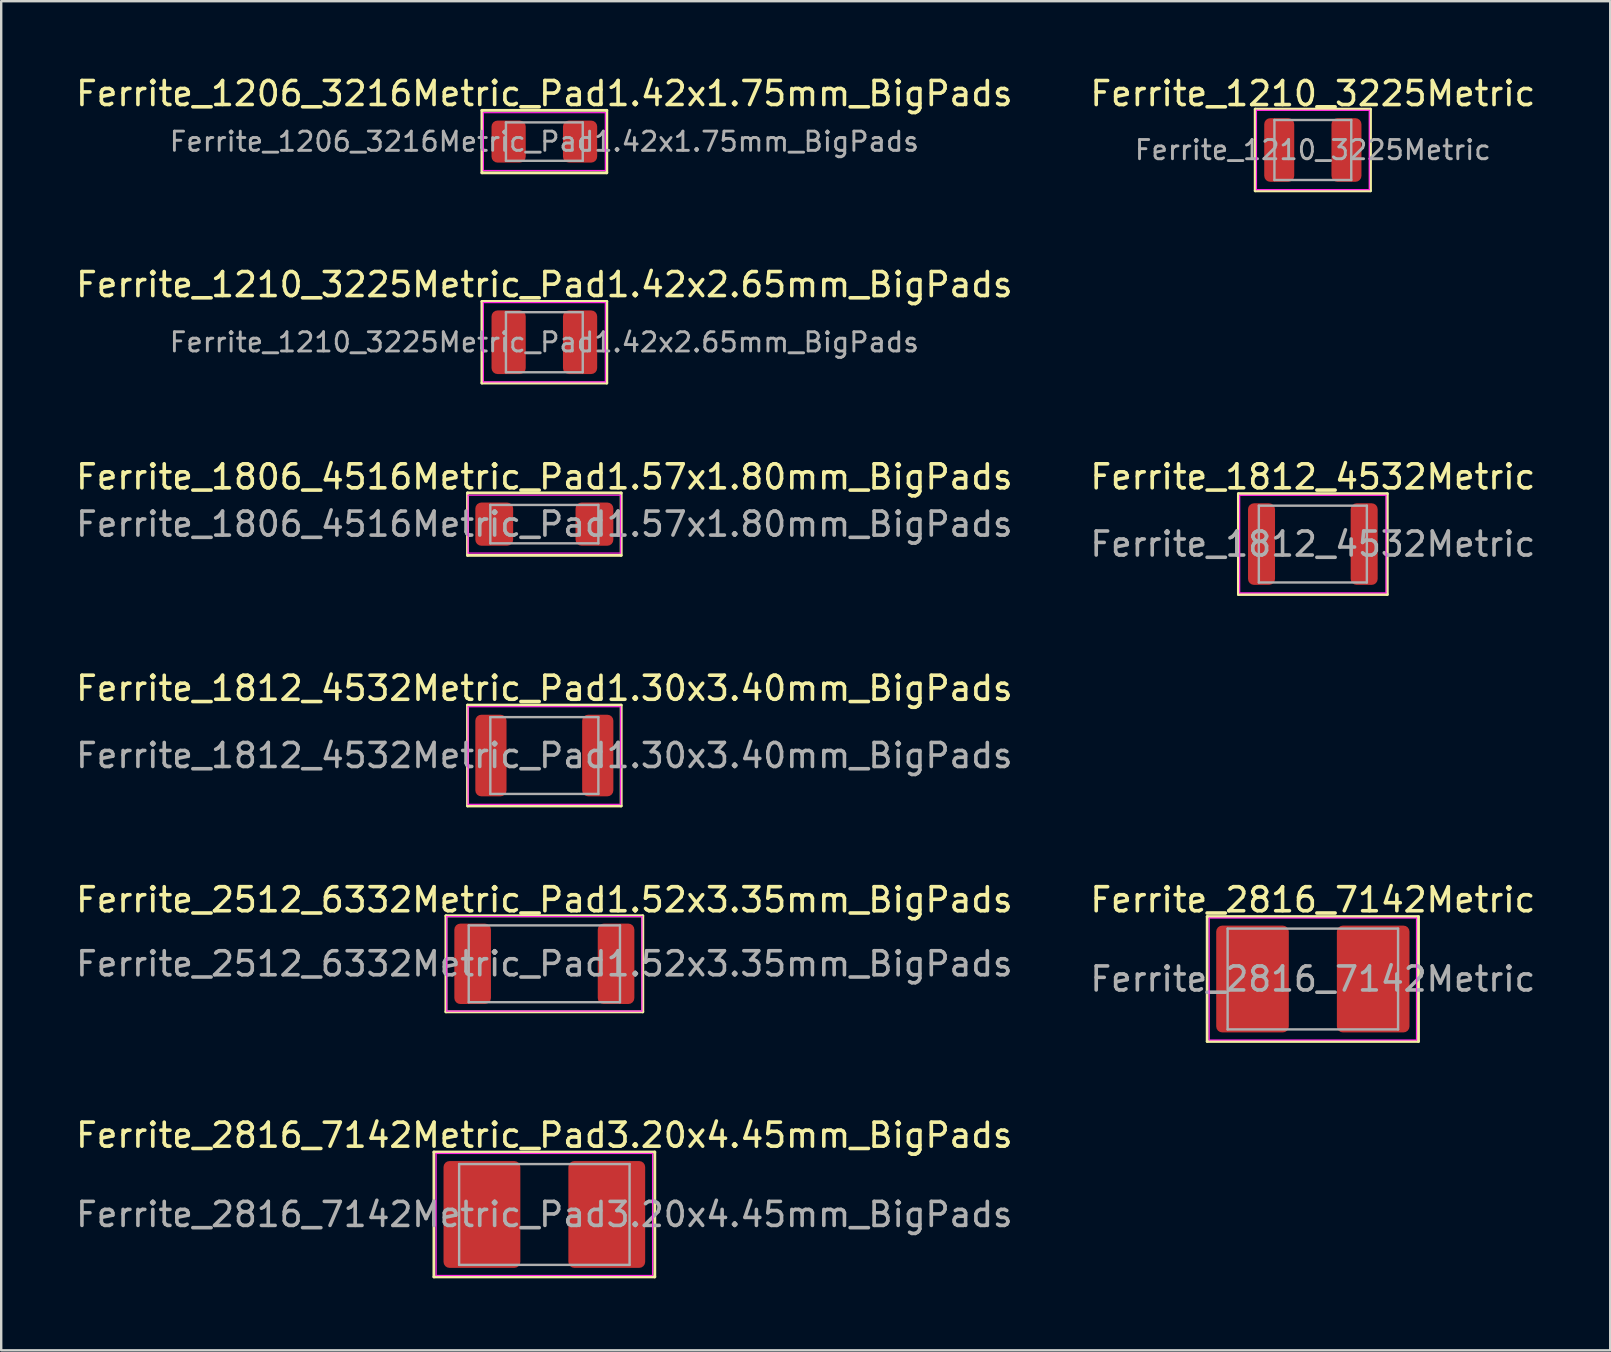
<source format=kicad_pcb>
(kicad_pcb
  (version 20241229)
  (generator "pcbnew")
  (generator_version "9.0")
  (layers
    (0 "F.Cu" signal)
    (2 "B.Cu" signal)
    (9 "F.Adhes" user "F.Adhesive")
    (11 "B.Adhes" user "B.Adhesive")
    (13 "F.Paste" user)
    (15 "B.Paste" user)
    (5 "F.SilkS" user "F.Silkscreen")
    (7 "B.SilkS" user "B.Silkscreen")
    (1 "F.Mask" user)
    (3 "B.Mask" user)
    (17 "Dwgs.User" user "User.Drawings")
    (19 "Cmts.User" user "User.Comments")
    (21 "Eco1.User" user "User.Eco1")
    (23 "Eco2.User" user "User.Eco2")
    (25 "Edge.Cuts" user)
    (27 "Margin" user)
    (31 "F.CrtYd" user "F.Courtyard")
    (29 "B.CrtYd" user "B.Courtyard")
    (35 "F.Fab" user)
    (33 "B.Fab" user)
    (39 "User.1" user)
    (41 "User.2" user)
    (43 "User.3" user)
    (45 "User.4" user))
  (footprint "Ferrite_1210_3225Metric"
    (layer "F.Cu")
    (at 51.637 3.198)
    (property "Reference" "Ferrite_1210_3225Metric" (at 0 -2.349 0) (layer "F.SilkS") (effects (font (size 1 1) (thickness 0.15))))
    (attr smd)
    (fp_line (start -2.4 -1.7) (end -2.4 1.7) (stroke (width 0.12) (type solid)) (layer "F.SilkS"))
    (fp_line (start -2.4 1.7) (end 2.4 1.7) (stroke (width 0.12) (type solid)) (layer "F.SilkS"))
    (fp_line (start 2.4 -1.7) (end -2.4 -1.7) (stroke (width 0.12) (type solid)) (layer "F.SilkS"))
    (fp_line (start 2.4 1.7) (end 2.4 -1.7) (stroke (width 0.12) (type solid)) (layer "F.SilkS"))
    (fp_line (start -2.349 -1.651) (end 2.349 -1.651) (stroke (width 0.05) (type solid)) (layer "F.CrtYd"))
    (fp_line (start -2.349 1.651) (end -2.349 -1.651) (stroke (width 0.05) (type solid)) (layer "F.CrtYd"))
    (fp_line (start 2.349 -1.651) (end 2.349 1.651) (stroke (width 0.05) (type solid)) (layer "F.CrtYd"))
    (fp_line (start 2.349 1.651) (end -2.349 1.651) (stroke (width 0.05) (type solid)) (layer "F.CrtYd"))
    (fp_line (start -1.6 -1.25) (end 1.6 -1.25) (stroke (width 0.1) (type solid)) (layer "F.Fab"))
    (fp_line (start -1.6 1.25) (end -1.6 -1.25) (stroke (width 0.1) (type solid)) (layer "F.Fab"))
    (fp_line (start 1.6 -1.25) (end 1.6 1.25) (stroke (width 0.1) (type solid)) (layer "F.Fab"))
    (fp_line (start 1.6 1.25) (end -1.6 1.25) (stroke (width 0.1) (type solid)) (layer "F.Fab"))
    (fp_text user "${REFERENCE}" (at 0 0 0) (layer "F.Fab") (effects (font (size 0.8 0.8) (thickness 0.12))))
    (pad "1" smd roundrect (at -1.4 0) (size 1.25 2.65) (layers "F.Cu" "F.Mask" "F.Paste") (roundrect_rratio 0.2))
    (pad "2" smd roundrect (at 1.4 0) (size 1.25 2.65) (layers "F.Cu" "F.Mask" "F.Paste") (roundrect_rratio 0.2)))
  (footprint "Ferrite_2816_7142Metric_Pad3.20x4.45mm_BigPads"
    (layer "F.Cu")
    (at 19.625 47.539)
    (property "Reference" "Ferrite_2816_7142Metric_Pad3.20x4.45mm_BigPads" (at 0 -3.3 0) (layer "F.SilkS") (effects (font (size 1 1) (thickness 0.15))))
    (attr smd)
    (fp_line (start -4.6 -2.6) (end -4.6 2.6) (stroke (width 0.12) (type solid)) (layer "F.SilkS"))
    (fp_line (start -4.6 2.6) (end 4.6 2.6) (stroke (width 0.12) (type solid)) (layer "F.SilkS"))
    (fp_line (start 4.6 -2.6) (end -4.6 -2.6) (stroke (width 0.12) (type solid)) (layer "F.SilkS"))
    (fp_line (start 4.6 2.6) (end 4.6 -2.6) (stroke (width 0.12) (type solid)) (layer "F.SilkS"))
    (fp_line (start -4.508 -2.54) (end 4.508 -2.54) (stroke (width 0.05) (type solid)) (layer "F.CrtYd"))
    (fp_line (start -4.508 2.54) (end -4.508 -2.54) (stroke (width 0.05) (type solid)) (layer "F.CrtYd"))
    (fp_line (start 4.508 -2.54) (end 4.508 2.54) (stroke (width 0.05) (type solid)) (layer "F.CrtYd"))
    (fp_line (start 4.508 2.54) (end -4.508 2.54) (stroke (width 0.05) (type solid)) (layer "F.CrtYd"))
    (fp_line (start -3.55 -2.1) (end 3.55 -2.1) (stroke (width 0.1) (type solid)) (layer "F.Fab"))
    (fp_line (start -3.55 2.1) (end -3.55 -2.1) (stroke (width 0.1) (type solid)) (layer "F.Fab"))
    (fp_line (start 3.55 -2.1) (end 3.55 2.1) (stroke (width 0.1) (type solid)) (layer "F.Fab"))
    (fp_line (start 3.55 2.1) (end -3.55 2.1) (stroke (width 0.1) (type solid)) (layer "F.Fab"))
    (fp_text user "${REFERENCE}" (at 0 0 0) (layer "F.Fab") (effects (font (size 1 1) (thickness 0.15))))
    (pad "1" smd roundrect (at -2.6 0) (size 3.2 4.45) (layers "F.Cu" "F.Mask" "F.Paste") (roundrect_rratio 0.078))
    (pad "2" smd roundrect (at 2.6 0) (size 3.2 4.45) (layers "F.Cu" "F.Mask" "F.Paste") (roundrect_rratio 0.078)))
  (footprint "Ferrite_1812_4532Metric_Pad1.30x3.40mm_BigPads"
    (layer "F.Cu")
    (at 19.625 28.422)
    (property "Reference" "Ferrite_1812_4532Metric_Pad1.30x3.40mm_BigPads" (at 0 -2.8 0) (layer "F.SilkS") (effects (font (size 1 1) (thickness 0.15))))
    (attr smd)
    (fp_line (start -3.2 -2.1) (end -3.2 2.1) (stroke (width 0.12) (type solid)) (layer "F.SilkS"))
    (fp_line (start -3.2 2.1) (end 3.2 2.1) (stroke (width 0.12) (type solid)) (layer "F.SilkS"))
    (fp_line (start 3.2 -2.1) (end -3.2 -2.1) (stroke (width 0.12) (type solid)) (layer "F.SilkS"))
    (fp_line (start 3.2 2.1) (end 3.2 -2.1) (stroke (width 0.12) (type solid)) (layer "F.SilkS"))
    (fp_line (start -3.175 -2.032) (end 3.175 -2.032) (stroke (width 0.05) (type solid)) (layer "F.CrtYd"))
    (fp_line (start -3.175 2.032) (end -3.175 -2.032) (stroke (width 0.05) (type solid)) (layer "F.CrtYd"))
    (fp_line (start 3.175 -2.032) (end 3.175 2.032) (stroke (width 0.05) (type solid)) (layer "F.CrtYd"))
    (fp_line (start 3.175 2.032) (end -3.175 2.032) (stroke (width 0.05) (type solid)) (layer "F.CrtYd"))
    (fp_line (start -2.25 -1.6) (end 2.25 -1.6) (stroke (width 0.1) (type solid)) (layer "F.Fab"))
    (fp_line (start -2.25 1.6) (end -2.25 -1.6) (stroke (width 0.1) (type solid)) (layer "F.Fab"))
    (fp_line (start 2.25 -1.6) (end 2.25 1.6) (stroke (width 0.1) (type solid)) (layer "F.Fab"))
    (fp_line (start 2.25 1.6) (end -2.25 1.6) (stroke (width 0.1) (type solid)) (layer "F.Fab"))
    (fp_text user "${REFERENCE}" (at 0 0 0) (layer "F.Fab") (effects (font (size 1 1) (thickness 0.15))))
    (pad "1" smd roundrect (at -2.225 0) (size 1.3 3.4) (layers "F.Cu" "F.Mask" "F.Paste") (roundrect_rratio 0.192))
    (pad "2" smd roundrect (at 2.225 0) (size 1.3 3.4) (layers "F.Cu" "F.Mask" "F.Paste") (roundrect_rratio 0.192)))
  (footprint "Ferrite_2512_6332Metric_Pad1.52x3.35mm_BigPads"
    (layer "F.Cu")
    (at 19.625 37.098)
    (property "Reference" "Ferrite_2512_6332Metric_Pad1.52x3.35mm_BigPads" (at 0 -2.667 0) (layer "F.SilkS") (effects (font (size 1 1) (thickness 0.15))))
    (attr smd)
    (fp_line (start -4.1 -2) (end -4.1 2) (stroke (width 0.12) (type solid)) (layer "F.SilkS"))
    (fp_line (start -4.1 2) (end 4.1 2) (stroke (width 0.12) (type solid)) (layer "F.SilkS"))
    (fp_line (start 4.1 -2) (end -4.1 -2) (stroke (width 0.12) (type solid)) (layer "F.SilkS"))
    (fp_line (start 4.1 2) (end 4.1 -2) (stroke (width 0.12) (type solid)) (layer "F.SilkS"))
    (fp_line (start -4.064 -1.968) (end 4.064 -1.968) (stroke (width 0.05) (type solid)) (layer "F.CrtYd"))
    (fp_line (start -4.064 1.968) (end -4.064 -1.968) (stroke (width 0.05) (type solid)) (layer "F.CrtYd"))
    (fp_line (start 4.064 -1.968) (end 4.064 1.968) (stroke (width 0.05) (type solid)) (layer "F.CrtYd"))
    (fp_line (start 4.064 1.968) (end -4.064 1.968) (stroke (width 0.05) (type solid)) (layer "F.CrtYd"))
    (fp_line (start -3.15 -1.6) (end 3.15 -1.6) (stroke (width 0.1) (type solid)) (layer "F.Fab"))
    (fp_line (start -3.15 1.6) (end -3.15 -1.6) (stroke (width 0.1) (type solid)) (layer "F.Fab"))
    (fp_line (start 3.15 -1.6) (end 3.15 1.6) (stroke (width 0.1) (type solid)) (layer "F.Fab"))
    (fp_line (start 3.15 1.6) (end -3.15 1.6) (stroke (width 0.1) (type solid)) (layer "F.Fab"))
    (fp_text user "${REFERENCE}" (at 0 0 0) (layer "F.Fab") (effects (font (size 1 1) (thickness 0.15))))
    (pad "1" smd roundrect (at -2.987 0) (size 1.525 3.35) (layers "F.Cu" "F.Mask" "F.Paste") (roundrect_rratio 0.164))
    (pad "2" smd roundrect (at 2.987 0) (size 1.525 3.35) (layers "F.Cu" "F.Mask" "F.Paste") (roundrect_rratio 0.164)))
  (footprint "Ferrite_1210_3225Metric_Pad1.42x2.65mm_BigPads"
    (layer "F.Cu")
    (at 19.625 11.206)
    (property "Reference" "Ferrite_1210_3225Metric_Pad1.42x2.65mm_BigPads" (at 0 -2.4 0) (layer "F.SilkS") (effects (font (size 1 1) (thickness 0.15))))
    (attr smd)
    (fp_line (start -2.6 -1.7) (end -2.6 1.7) (stroke (width 0.12) (type solid)) (layer "F.SilkS"))
    (fp_line (start -2.6 1.7) (end 2.6 1.7) (stroke (width 0.12) (type solid)) (layer "F.SilkS"))
    (fp_line (start 2.6 -1.7) (end -2.6 -1.7) (stroke (width 0.12) (type solid)) (layer "F.SilkS"))
    (fp_line (start 2.6 1.7) (end 2.6 -1.7) (stroke (width 0.12) (type solid)) (layer "F.SilkS"))
    (fp_line (start -2.54 -1.651) (end 2.54 -1.651) (stroke (width 0.05) (type solid)) (layer "F.CrtYd"))
    (fp_line (start -2.54 1.651) (end -2.54 -1.651) (stroke (width 0.05) (type solid)) (layer "F.CrtYd"))
    (fp_line (start 2.54 -1.651) (end 2.54 1.651) (stroke (width 0.05) (type solid)) (layer "F.CrtYd"))
    (fp_line (start 2.54 1.651) (end -2.54 1.651) (stroke (width 0.05) (type solid)) (layer "F.CrtYd"))
    (fp_line (start -1.6 -1.25) (end 1.6 -1.25) (stroke (width 0.1) (type solid)) (layer "F.Fab"))
    (fp_line (start -1.6 1.25) (end -1.6 -1.25) (stroke (width 0.1) (type solid)) (layer "F.Fab"))
    (fp_line (start 1.6 -1.25) (end 1.6 1.25) (stroke (width 0.1) (type solid)) (layer "F.Fab"))
    (fp_line (start 1.6 1.25) (end -1.6 1.25) (stroke (width 0.1) (type solid)) (layer "F.Fab"))
    (fp_text user "${REFERENCE}" (at 0 0 0) (layer "F.Fab") (effects (font (size 0.8 0.8) (thickness 0.12))))
    (pad "1" smd roundrect (at -1.488 0) (size 1.425 2.65) (layers "F.Cu" "F.Mask" "F.Paste") (roundrect_rratio 0.175))
    (pad "2" smd roundrect (at 1.488 0) (size 1.425 2.65) (layers "F.Cu" "F.Mask" "F.Paste") (roundrect_rratio 0.175)))
  (footprint "Ferrite_2816_7142Metric"
    (layer "F.Cu")
    (at 51.637 37.731)
    (property "Reference" "Ferrite_2816_7142Metric" (at 0 -3.3 0) (layer "F.SilkS") (effects (font (size 1 1) (thickness 0.15))))
    (attr smd)
    (fp_line (start -4.4 -2.6) (end -4.4 2.6) (stroke (width 0.12) (type solid)) (layer "F.SilkS"))
    (fp_line (start -4.4 2.6) (end 4.4 2.6) (stroke (width 0.12) (type solid)) (layer "F.SilkS"))
    (fp_line (start 4.4 -2.6) (end -4.4 -2.6) (stroke (width 0.12) (type solid)) (layer "F.SilkS"))
    (fp_line (start 4.4 2.6) (end 4.4 -2.6) (stroke (width 0.12) (type solid)) (layer "F.SilkS"))
    (fp_line (start -4.318 -2.54) (end 4.318 -2.54) (stroke (width 0.05) (type solid)) (layer "F.CrtYd"))
    (fp_line (start -4.318 2.54) (end -4.318 -2.54) (stroke (width 0.05) (type solid)) (layer "F.CrtYd"))
    (fp_line (start 4.318 -2.54) (end 4.318 2.54) (stroke (width 0.05) (type solid)) (layer "F.CrtYd"))
    (fp_line (start 4.318 2.54) (end -4.318 2.54) (stroke (width 0.05) (type solid)) (layer "F.CrtYd"))
    (fp_line (start -3.55 -2.1) (end 3.55 -2.1) (stroke (width 0.1) (type solid)) (layer "F.Fab"))
    (fp_line (start -3.55 2.1) (end -3.55 -2.1) (stroke (width 0.1) (type solid)) (layer "F.Fab"))
    (fp_line (start 3.55 -2.1) (end 3.55 2.1) (stroke (width 0.1) (type solid)) (layer "F.Fab"))
    (fp_line (start 3.55 2.1) (end -3.55 2.1) (stroke (width 0.1) (type solid)) (layer "F.Fab"))
    (fp_text user "${REFERENCE}" (at 0 0 0) (layer "F.Fab") (effects (font (size 1 1) (thickness 0.15))))
    (pad "1" smd roundrect (at -2.513 0) (size 3.025 4.45) (layers "F.Cu" "F.Mask" "F.Paste") (roundrect_rratio 0.083))
    (pad "2" smd roundrect (at 2.513 0) (size 3.025 4.45) (layers "F.Cu" "F.Mask" "F.Paste") (roundrect_rratio 0.083)))
  (footprint "Ferrite_1206_3216Metric_Pad1.42x1.75mm_BigPads"
    (layer "F.Cu")
    (at 19.625 2.848)
    (property "Reference" "Ferrite_1206_3216Metric_Pad1.42x1.75mm_BigPads" (at 0 -2 0) (layer "F.SilkS") (effects (font (size 1 1) (thickness 0.15))))
    (attr smd)
    (fp_line (start -2.6 -1.3) (end -2.6 1.3) (stroke (width 0.12) (type solid)) (layer "F.SilkS"))
    (fp_line (start -2.6 1.3) (end 2.6 1.3) (stroke (width 0.12) (type solid)) (layer "F.SilkS"))
    (fp_line (start 2.6 -1.3) (end -2.6 -1.3) (stroke (width 0.12) (type solid)) (layer "F.SilkS"))
    (fp_line (start 2.6 1.3) (end 2.6 -1.3) (stroke (width 0.12) (type solid)) (layer "F.SilkS"))
    (fp_line (start -2.54 -1.206) (end 2.54 -1.206) (stroke (width 0.05) (type solid)) (layer "F.CrtYd"))
    (fp_line (start -2.54 1.206) (end -2.54 -1.206) (stroke (width 0.05) (type solid)) (layer "F.CrtYd"))
    (fp_line (start 2.54 -1.206) (end 2.54 1.206) (stroke (width 0.05) (type solid)) (layer "F.CrtYd"))
    (fp_line (start 2.54 1.206) (end -2.54 1.206) (stroke (width 0.05) (type solid)) (layer "F.CrtYd"))
    (fp_line (start -1.6 -0.8) (end 1.6 -0.8) (stroke (width 0.1) (type solid)) (layer "F.Fab"))
    (fp_line (start -1.6 0.8) (end -1.6 -0.8) (stroke (width 0.1) (type solid)) (layer "F.Fab"))
    (fp_line (start 1.6 -0.8) (end 1.6 0.8) (stroke (width 0.1) (type solid)) (layer "F.Fab"))
    (fp_line (start 1.6 0.8) (end -1.6 0.8) (stroke (width 0.1) (type solid)) (layer "F.Fab"))
    (fp_text user "${REFERENCE}" (at 0 0 0) (layer "F.Fab") (effects (font (size 0.8 0.8) (thickness 0.12))))
    (pad "1" smd roundrect (at -1.488 0) (size 1.425 1.75) (layers "F.Cu" "F.Mask" "F.Paste") (roundrect_rratio 0.175))
    (pad "2" smd roundrect (at 1.488 0) (size 1.425 1.75) (layers "F.Cu" "F.Mask" "F.Paste") (roundrect_rratio 0.175)))
  (footprint "Ferrite_1806_4516Metric_Pad1.57x1.80mm_BigPads"
    (layer "F.Cu")
    (at 19.625 18.783)
    (property "Reference" "Ferrite_1806_4516Metric_Pad1.57x1.80mm_BigPads" (at 0 -1.968 0) (layer "F.SilkS") (effects (font (size 1 1) (thickness 0.15))))
    (attr smd)
    (fp_line (start -3.2 -1.3) (end -3.2 1.3) (stroke (width 0.12) (type solid)) (layer "F.SilkS"))
    (fp_line (start -3.2 1.3) (end 3.2 1.3) (stroke (width 0.12) (type solid)) (layer "F.SilkS"))
    (fp_line (start 3.2 -1.3) (end -3.2 -1.3) (stroke (width 0.12) (type solid)) (layer "F.SilkS"))
    (fp_line (start 3.2 1.3) (end 3.2 -1.3) (stroke (width 0.12) (type solid)) (layer "F.SilkS"))
    (fp_line (start -3.175 -1.206) (end 3.175 -1.206) (stroke (width 0.05) (type solid)) (layer "F.CrtYd"))
    (fp_line (start -3.175 1.206) (end -3.175 -1.206) (stroke (width 0.05) (type solid)) (layer "F.CrtYd"))
    (fp_line (start 3.175 -1.206) (end 3.175 1.206) (stroke (width 0.05) (type solid)) (layer "F.CrtYd"))
    (fp_line (start 3.175 1.206) (end -3.175 1.206) (stroke (width 0.05) (type solid)) (layer "F.CrtYd"))
    (fp_line (start -2.25 -0.8) (end 2.25 -0.8) (stroke (width 0.1) (type solid)) (layer "F.Fab"))
    (fp_line (start -2.25 0.8) (end -2.25 -0.8) (stroke (width 0.1) (type solid)) (layer "F.Fab"))
    (fp_line (start 2.25 -0.8) (end 2.25 0.8) (stroke (width 0.1) (type solid)) (layer "F.Fab"))
    (fp_line (start 2.25 0.8) (end -2.25 0.8) (stroke (width 0.1) (type solid)) (layer "F.Fab"))
    (fp_text user "${REFERENCE}" (at 0 0 0) (layer "F.Fab") (effects (font (size 1 1) (thickness 0.15))))
    (pad "1" smd roundrect (at -2.087 0) (size 1.575 1.8) (layers "F.Cu" "F.Mask" "F.Paste") (roundrect_rratio 0.159))
    (pad "2" smd roundrect (at 2.087 0) (size 1.575 1.8) (layers "F.Cu" "F.Mask" "F.Paste") (roundrect_rratio 0.159)))
  (footprint "Ferrite_1812_4532Metric"
    (layer "F.Cu")
    (at 51.637 19.614)
    (property "Reference" "Ferrite_1812_4532Metric" (at 0 -2.8 0) (layer "F.SilkS") (effects (font (size 1 1) (thickness 0.15))))
    (attr smd)
    (fp_line (start -3.1 -2.1) (end -3.1 2.1) (stroke (width 0.12) (type solid)) (layer "F.SilkS"))
    (fp_line (start -3.1 2.1) (end 3.1 2.1) (stroke (width 0.12) (type solid)) (layer "F.SilkS"))
    (fp_line (start 3.1 -2.1) (end -3.1 -2.1) (stroke (width 0.12) (type solid)) (layer "F.SilkS"))
    (fp_line (start 3.1 2.1) (end 3.1 -2.1) (stroke (width 0.12) (type solid)) (layer "F.SilkS"))
    (fp_line (start -3.048 -2.032) (end 3.048 -2.032) (stroke (width 0.05) (type solid)) (layer "F.CrtYd"))
    (fp_line (start -3.048 2.032) (end -3.048 -2.032) (stroke (width 0.05) (type solid)) (layer "F.CrtYd"))
    (fp_line (start 3.048 -2.032) (end 3.048 2.032) (stroke (width 0.05) (type solid)) (layer "F.CrtYd"))
    (fp_line (start 3.048 2.032) (end -3.048 2.032) (stroke (width 0.05) (type solid)) (layer "F.CrtYd"))
    (fp_line (start -2.25 -1.6) (end 2.25 -1.6) (stroke (width 0.1) (type solid)) (layer "F.Fab"))
    (fp_line (start -2.25 1.6) (end -2.25 -1.6) (stroke (width 0.1) (type solid)) (layer "F.Fab"))
    (fp_line (start 2.25 -1.6) (end 2.25 1.6) (stroke (width 0.1) (type solid)) (layer "F.Fab"))
    (fp_line (start 2.25 1.6) (end -2.25 1.6) (stroke (width 0.1) (type solid)) (layer "F.Fab"))
    (fp_text user "${REFERENCE}" (at 0 0 0) (layer "F.Fab") (effects (font (size 1 1) (thickness 0.15))))
    (pad "1" smd roundrect (at -2.138 0) (size 1.125 3.4) (layers "F.Cu" "F.Mask" "F.Paste") (roundrect_rratio 0.222))
    (pad "2" smd roundrect (at 2.138 0) (size 1.125 3.4) (layers "F.Cu" "F.Mask" "F.Paste") (roundrect_rratio 0.222)))
  (gr_rect
    (start -3 -3)
    (end 64.024 53.199)
    (stroke (width 0.1) (type default))
    (fill no)
    (layer "Edge.Cuts")))
</source>
